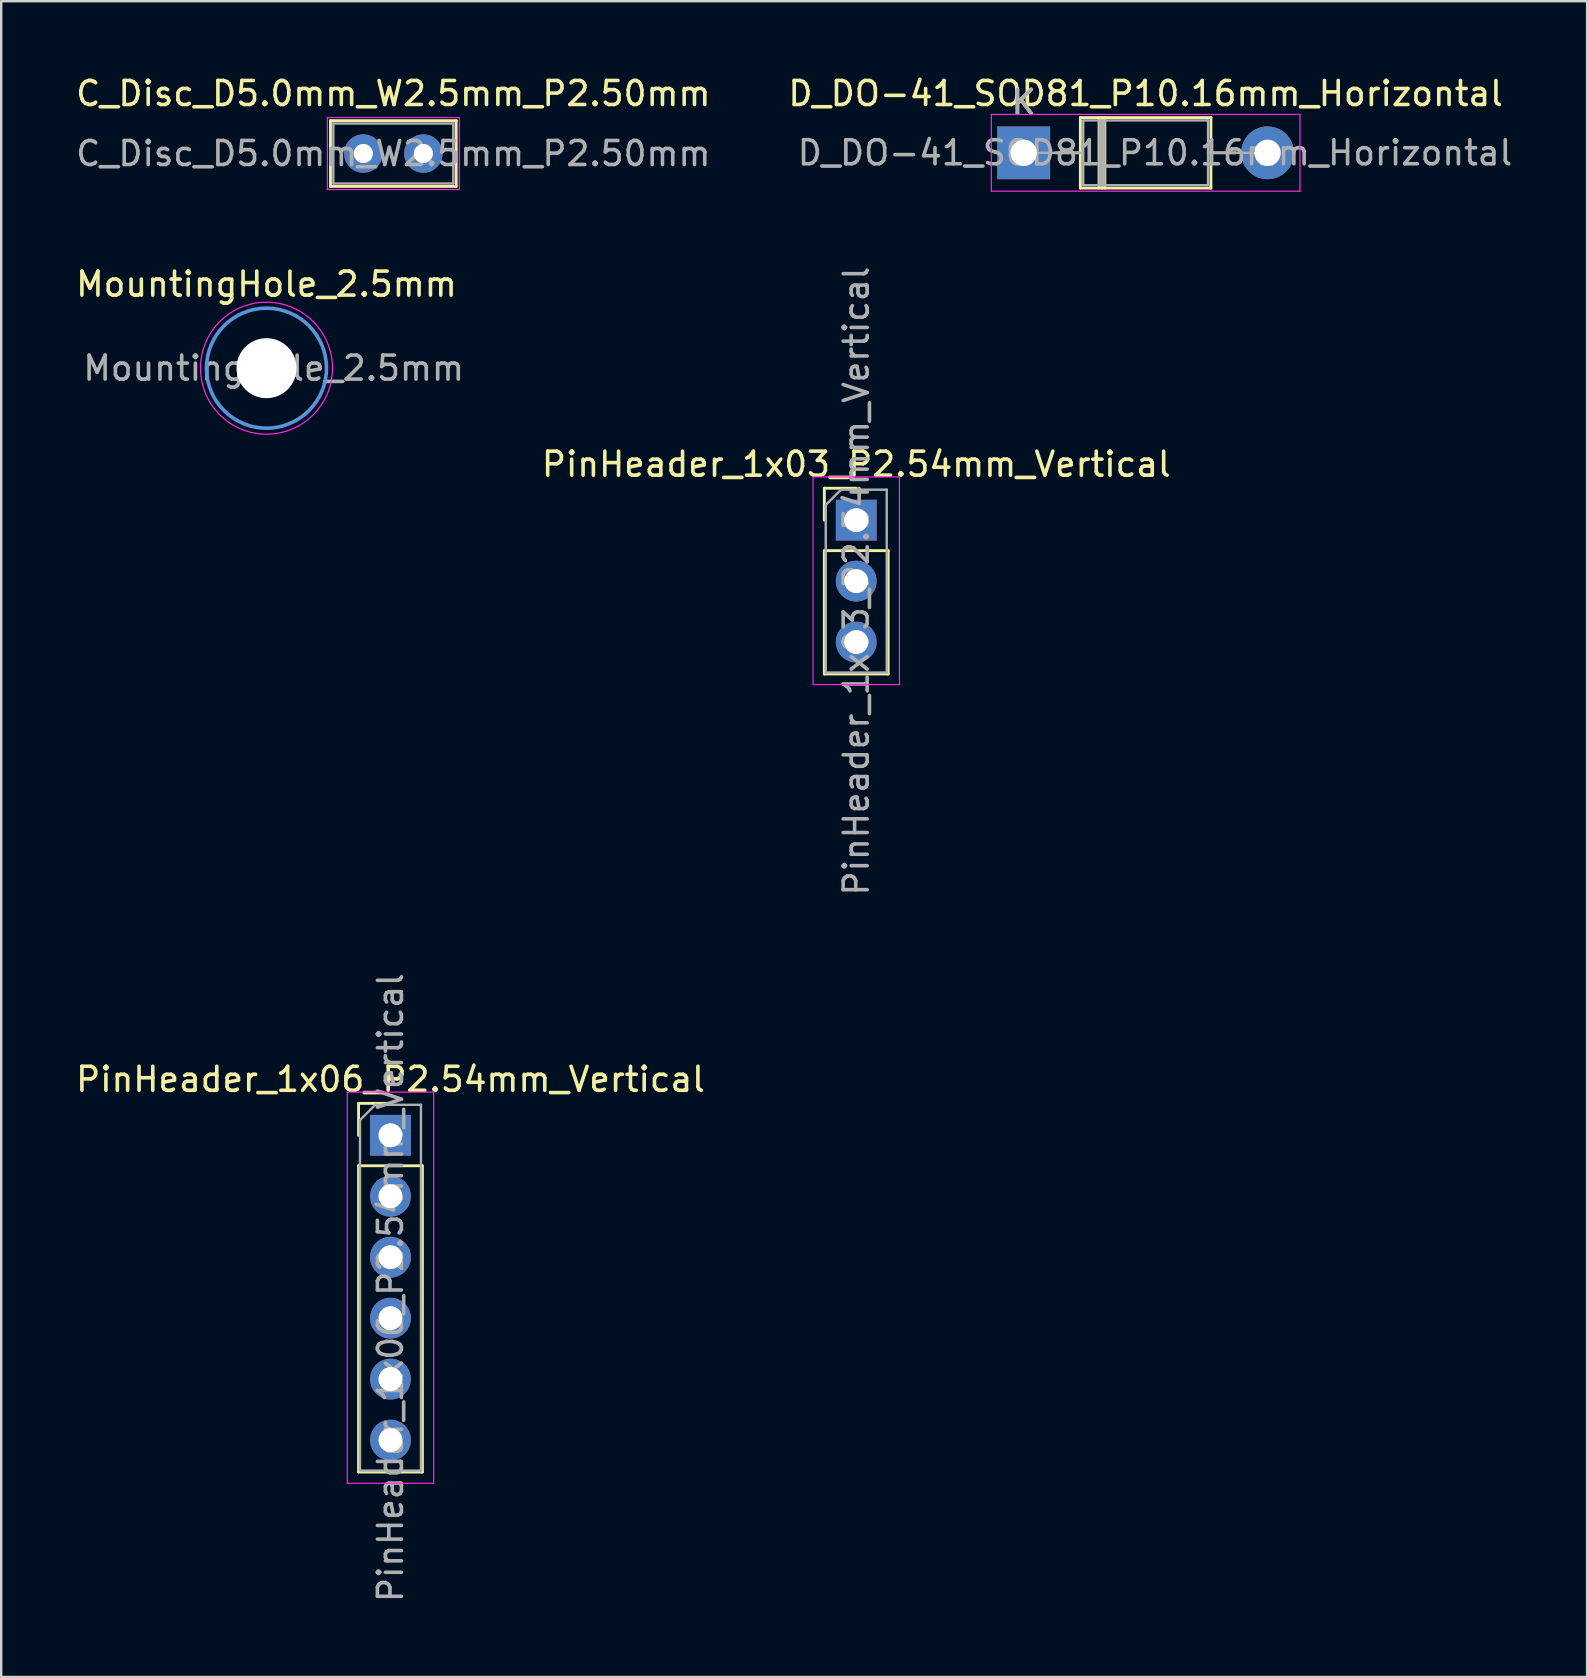
<source format=kicad_pcb>
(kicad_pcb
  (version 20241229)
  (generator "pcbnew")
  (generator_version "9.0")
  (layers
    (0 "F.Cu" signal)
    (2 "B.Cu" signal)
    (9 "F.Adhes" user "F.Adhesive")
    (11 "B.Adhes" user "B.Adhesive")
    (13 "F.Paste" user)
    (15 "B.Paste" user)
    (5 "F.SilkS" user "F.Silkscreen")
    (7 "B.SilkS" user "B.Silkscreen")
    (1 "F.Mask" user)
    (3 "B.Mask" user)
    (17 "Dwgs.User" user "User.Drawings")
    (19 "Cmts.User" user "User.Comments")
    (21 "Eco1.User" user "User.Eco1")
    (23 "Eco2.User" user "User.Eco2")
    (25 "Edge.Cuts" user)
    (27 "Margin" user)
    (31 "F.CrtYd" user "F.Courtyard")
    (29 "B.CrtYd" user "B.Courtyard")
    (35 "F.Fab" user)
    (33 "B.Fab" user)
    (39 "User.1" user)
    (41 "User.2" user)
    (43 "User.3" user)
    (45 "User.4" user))
  (footprint "PinHeader_1x06_P2.54mm_Vertical"
    (layer "F.Cu")
    (at 13.22 44.254)
    (property "Reference" "PinHeader_1x06_P2.54mm_Vertical" (at 0 -2.33 180) (layer "F.SilkS") (effects (font (size 1 1) (thickness 0.15))))
    (attr through_hole)
    (fp_line (start -1.33 -1.33) (end 0 -1.33) (stroke (width 0.12) (type solid)) (layer "F.SilkS"))
    (fp_line (start -1.33 0) (end -1.33 -1.33) (stroke (width 0.12) (type solid)) (layer "F.SilkS"))
    (fp_line (start -1.33 1.27) (end -1.33 14.03) (stroke (width 0.12) (type solid)) (layer "F.SilkS"))
    (fp_line (start -1.33 1.27) (end 1.33 1.27) (stroke (width 0.12) (type solid)) (layer "F.SilkS"))
    (fp_line (start -1.33 14.03) (end 1.33 14.03) (stroke (width 0.12) (type solid)) (layer "F.SilkS"))
    (fp_line (start 1.33 1.27) (end 1.33 14.03) (stroke (width 0.12) (type solid)) (layer "F.SilkS"))
    (fp_line (start -1.8 -1.8) (end -1.8 14.5) (stroke (width 0.05) (type solid)) (layer "F.CrtYd"))
    (fp_line (start -1.8 14.5) (end 1.8 14.5) (stroke (width 0.05) (type solid)) (layer "F.CrtYd"))
    (fp_line (start 1.8 -1.8) (end -1.8 -1.8) (stroke (width 0.05) (type solid)) (layer "F.CrtYd"))
    (fp_line (start 1.8 14.5) (end 1.8 -1.8) (stroke (width 0.05) (type solid)) (layer "F.CrtYd"))
    (fp_line (start -1.27 -0.635) (end -0.635 -1.27) (stroke (width 0.1) (type solid)) (layer "F.Fab"))
    (fp_line (start -1.27 13.97) (end -1.27 -0.635) (stroke (width 0.1) (type solid)) (layer "F.Fab"))
    (fp_line (start -0.635 -1.27) (end 1.27 -1.27) (stroke (width 0.1) (type solid)) (layer "F.Fab"))
    (fp_line (start 1.27 -1.27) (end 1.27 13.97) (stroke (width 0.1) (type solid)) (layer "F.Fab"))
    (fp_line (start 1.27 13.97) (end -1.27 13.97) (stroke (width 0.1) (type solid)) (layer "F.Fab"))
    (fp_text user "${REFERENCE}" (at 0 6.35 270) (layer "F.Fab") (effects (font (size 1 1) (thickness 0.15))))
    (pad "1" thru_hole rect (at 0 0) (size 1.7 1.7) (drill 1) (layers "*.Cu" "*.Mask"))
    (pad "2" thru_hole oval (at 0 2.54) (size 1.7 1.7) (drill 1) (layers "*.Cu" "*.Mask"))
    (pad "3" thru_hole oval (at 0 5.08) (size 1.7 1.7) (drill 1) (layers "*.Cu" "*.Mask"))
    (pad "4" thru_hole oval (at 0 7.62) (size 1.7 1.7) (drill 1) (layers "*.Cu" "*.Mask"))
    (pad "5" thru_hole oval (at 0 10.16) (size 1.7 1.7) (drill 1) (layers "*.Cu" "*.Mask"))
    (pad "6" thru_hole oval (at 0 12.7) (size 1.7 1.7) (drill 1) (layers "*.Cu" "*.Mask")))
  (footprint "D_DO-41_SOD81_P10.16mm_Horizontal"
    (layer "F.Cu")
    (at 39.605 3.318)
    (property "Reference" "D_DO-41_SOD81_P10.16mm_Horizontal" (at 5.08 -2.47 0) (layer "F.SilkS") (effects (font (size 1 1) (thickness 0.15))))
    (attr through_hole)
    (fp_line (start 1.34 0) (end 2.36 0) (stroke (width 0.12) (type solid)) (layer "F.SilkS"))
    (fp_line (start 2.36 -1.47) (end 2.36 1.47) (stroke (width 0.12) (type solid)) (layer "F.SilkS"))
    (fp_line (start 2.36 1.47) (end 7.8 1.47) (stroke (width 0.12) (type solid)) (layer "F.SilkS"))
    (fp_line (start 3.14 -1.47) (end 3.14 1.47) (stroke (width 0.12) (type solid)) (layer "F.SilkS"))
    (fp_line (start 3.26 -1.47) (end 3.26 1.47) (stroke (width 0.12) (type solid)) (layer "F.SilkS"))
    (fp_line (start 3.38 -1.47) (end 3.38 1.47) (stroke (width 0.12) (type solid)) (layer "F.SilkS"))
    (fp_line (start 7.8 -1.47) (end 2.36 -1.47) (stroke (width 0.12) (type solid)) (layer "F.SilkS"))
    (fp_line (start 7.8 1.47) (end 7.8 -1.47) (stroke (width 0.12) (type solid)) (layer "F.SilkS"))
    (fp_line (start 8.82 0) (end 7.8 0) (stroke (width 0.12) (type solid)) (layer "F.SilkS"))
    (fp_line (start -1.35 -1.6) (end -1.35 1.6) (stroke (width 0.05) (type solid)) (layer "F.CrtYd"))
    (fp_line (start -1.35 1.6) (end 11.51 1.6) (stroke (width 0.05) (type solid)) (layer "F.CrtYd"))
    (fp_line (start 11.51 -1.6) (end -1.35 -1.6) (stroke (width 0.05) (type solid)) (layer "F.CrtYd"))
    (fp_line (start 11.51 1.6) (end 11.51 -1.6) (stroke (width 0.05) (type solid)) (layer "F.CrtYd"))
    (fp_line (start 0 0) (end 2.48 0) (stroke (width 0.1) (type solid)) (layer "F.Fab"))
    (fp_line (start 2.48 -1.35) (end 2.48 1.35) (stroke (width 0.1) (type solid)) (layer "F.Fab"))
    (fp_line (start 2.48 1.35) (end 7.68 1.35) (stroke (width 0.1) (type solid)) (layer "F.Fab"))
    (fp_line (start 3.16 -1.35) (end 3.16 1.35) (stroke (width 0.1) (type solid)) (layer "F.Fab"))
    (fp_line (start 3.26 -1.35) (end 3.26 1.35) (stroke (width 0.1) (type solid)) (layer "F.Fab"))
    (fp_line (start 3.36 -1.35) (end 3.36 1.35) (stroke (width 0.1) (type solid)) (layer "F.Fab"))
    (fp_line (start 7.68 -1.35) (end 2.48 -1.35) (stroke (width 0.1) (type solid)) (layer "F.Fab"))
    (fp_line (start 7.68 1.35) (end 7.68 -1.35) (stroke (width 0.1) (type solid)) (layer "F.Fab"))
    (fp_line (start 10.16 0) (end 7.68 0) (stroke (width 0.1) (type solid)) (layer "F.Fab"))
    (fp_text user "K" (at 0 -2.1 0) (layer "F.SilkS") (effects (font (size 1 1) (thickness 0.15))))
    (fp_text user "${REFERENCE}" (at 5.47 0 0) (layer "F.Fab") (effects (font (size 1 1) (thickness 0.15))))
    (fp_text user "K" (at 0 -2.1 0) (layer "F.Fab") (effects (font (size 1 1) (thickness 0.15))))
    (pad "1" thru_hole rect (at 0 0) (size 2.2 2.2) (drill 1.1) (layers "*.Cu" "*.Mask"))
    (pad "2" thru_hole oval (at 10.16 0) (size 2.2 2.2) (drill 1.1) (layers "*.Cu" "*.Mask")))
  (footprint "MountingHole_2.5mm"
    (layer "F.Cu")
    (at 8.054 12.291)
    (property "Reference" "MountingHole_2.5mm" (at 0 -3.5 0) (layer "F.SilkS") (effects (font (size 1 1) (thickness 0.15))))
    (attr exclude_from_pos_files exclude_from_bom)
    (fp_circle (center 0 0) (end 2.5 0) (stroke (width 0.15) (type solid)) (fill no) (layer "Cmts.User"))
    (fp_circle (center 0 0) (end 2.75 0) (stroke (width 0.05) (type solid)) (fill no) (layer "F.CrtYd"))
    (fp_text user "${REFERENCE}" (at 0.3 0 0) (layer "F.Fab") (effects (font (size 1 1) (thickness 0.15))))
    (pad "" np_thru_hole circle (at 0 0) (size 2.5 2.5) (drill 2.5) (layers "*.Cu" "*.Mask")))
  (footprint "C_Disc_D5.0mm_W2.5mm_P2.50mm"
    (layer "F.Cu")
    (at 12.089 3.348)
    (property "Reference" "C_Disc_D5.0mm_W2.5mm_P2.50mm" (at 1.25 -2.5 180) (layer "F.SilkS") (effects (font (size 1 1) (thickness 0.15))))
    (attr through_hole)
    (fp_line (start -1.37 -1.37) (end -1.37 1.37) (stroke (width 0.12) (type solid)) (layer "F.SilkS"))
    (fp_line (start -1.37 -1.37) (end 3.87 -1.37) (stroke (width 0.12) (type solid)) (layer "F.SilkS"))
    (fp_line (start -1.37 1.37) (end 3.87 1.37) (stroke (width 0.12) (type solid)) (layer "F.SilkS"))
    (fp_line (start 3.87 -1.37) (end 3.87 1.37) (stroke (width 0.12) (type solid)) (layer "F.SilkS"))
    (fp_line (start -1.5 -1.5) (end -1.5 1.5) (stroke (width 0.05) (type solid)) (layer "F.CrtYd"))
    (fp_line (start -1.5 1.5) (end 4 1.5) (stroke (width 0.05) (type solid)) (layer "F.CrtYd"))
    (fp_line (start 4 -1.5) (end -1.5 -1.5) (stroke (width 0.05) (type solid)) (layer "F.CrtYd"))
    (fp_line (start 4 1.5) (end 4 -1.5) (stroke (width 0.05) (type solid)) (layer "F.CrtYd"))
    (fp_line (start -1.25 -1.25) (end -1.25 1.25) (stroke (width 0.1) (type solid)) (layer "F.Fab"))
    (fp_line (start -1.25 1.25) (end 3.75 1.25) (stroke (width 0.1) (type solid)) (layer "F.Fab"))
    (fp_line (start 3.75 -1.25) (end -1.25 -1.25) (stroke (width 0.1) (type solid)) (layer "F.Fab"))
    (fp_line (start 3.75 1.25) (end 3.75 -1.25) (stroke (width 0.1) (type solid)) (layer "F.Fab"))
    (fp_text user "${REFERENCE}" (at 1.25 0 180) (layer "F.Fab") (effects (font (size 1 1) (thickness 0.15))))
    (pad "1" thru_hole circle (at 0 0) (size 1.6 1.6) (drill 0.8) (layers "*.Cu" "*.Mask"))
    (pad "2" thru_hole circle (at 2.5 0) (size 1.6 1.6) (drill 0.8) (layers "*.Cu" "*.Mask")))
  (footprint "PinHeader_1x03_P2.54mm_Vertical"
    (layer "F.Cu")
    (at 32.627 18.623)
    (property "Reference" "PinHeader_1x03_P2.54mm_Vertical" (at 0 -2.33 180) (layer "F.SilkS") (effects (font (size 1 1) (thickness 0.15))))
    (attr through_hole)
    (fp_line (start -1.33 -1.33) (end 0 -1.33) (stroke (width 0.12) (type solid)) (layer "F.SilkS"))
    (fp_line (start -1.33 0) (end -1.33 -1.33) (stroke (width 0.12) (type solid)) (layer "F.SilkS"))
    (fp_line (start -1.33 1.27) (end -1.33 6.41) (stroke (width 0.12) (type solid)) (layer "F.SilkS"))
    (fp_line (start -1.33 1.27) (end 1.33 1.27) (stroke (width 0.12) (type solid)) (layer "F.SilkS"))
    (fp_line (start -1.33 6.41) (end 1.33 6.41) (stroke (width 0.12) (type solid)) (layer "F.SilkS"))
    (fp_line (start 1.33 1.27) (end 1.33 6.41) (stroke (width 0.12) (type solid)) (layer "F.SilkS"))
    (fp_line (start -1.8 -1.8) (end -1.8 6.85) (stroke (width 0.05) (type solid)) (layer "F.CrtYd"))
    (fp_line (start -1.8 6.85) (end 1.8 6.85) (stroke (width 0.05) (type solid)) (layer "F.CrtYd"))
    (fp_line (start 1.8 -1.8) (end -1.8 -1.8) (stroke (width 0.05) (type solid)) (layer "F.CrtYd"))
    (fp_line (start 1.8 6.85) (end 1.8 -1.8) (stroke (width 0.05) (type solid)) (layer "F.CrtYd"))
    (fp_line (start -1.27 -0.635) (end -0.635 -1.27) (stroke (width 0.1) (type solid)) (layer "F.Fab"))
    (fp_line (start -1.27 6.35) (end -1.27 -0.635) (stroke (width 0.1) (type solid)) (layer "F.Fab"))
    (fp_line (start -0.635 -1.27) (end 1.27 -1.27) (stroke (width 0.1) (type solid)) (layer "F.Fab"))
    (fp_line (start 1.27 -1.27) (end 1.27 6.35) (stroke (width 0.1) (type solid)) (layer "F.Fab"))
    (fp_line (start 1.27 6.35) (end -1.27 6.35) (stroke (width 0.1) (type solid)) (layer "F.Fab"))
    (fp_text user "${REFERENCE}" (at 0 2.54 270) (layer "F.Fab") (effects (font (size 1 1) (thickness 0.15))))
    (pad "1" thru_hole rect (at 0 0) (size 1.7 1.7) (drill 1) (layers "*.Cu" "*.Mask"))
    (pad "2" thru_hole oval (at 0 2.54) (size 1.7 1.7) (drill 1) (layers "*.Cu" "*.Mask"))
    (pad "3" thru_hole oval (at 0 5.08) (size 1.7 1.7) (drill 1) (layers "*.Cu" "*.Mask")))
  (gr_rect
    (start -3 -3)
    (end 63.08 66.824)
    (stroke (width 0.1) (type default))
    (fill no)
    (layer "Edge.Cuts")))
</source>
